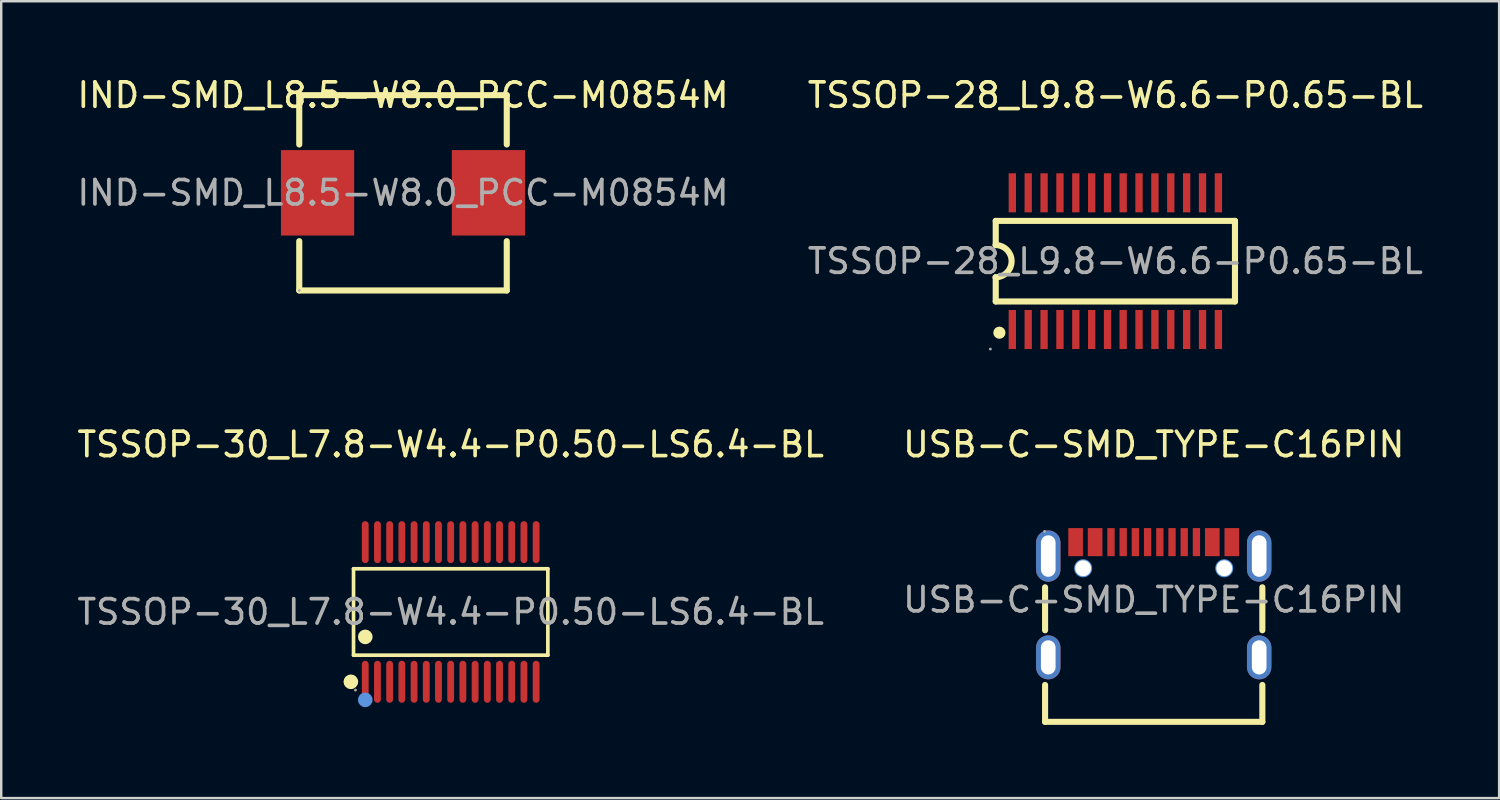
<source format=kicad_pcb>
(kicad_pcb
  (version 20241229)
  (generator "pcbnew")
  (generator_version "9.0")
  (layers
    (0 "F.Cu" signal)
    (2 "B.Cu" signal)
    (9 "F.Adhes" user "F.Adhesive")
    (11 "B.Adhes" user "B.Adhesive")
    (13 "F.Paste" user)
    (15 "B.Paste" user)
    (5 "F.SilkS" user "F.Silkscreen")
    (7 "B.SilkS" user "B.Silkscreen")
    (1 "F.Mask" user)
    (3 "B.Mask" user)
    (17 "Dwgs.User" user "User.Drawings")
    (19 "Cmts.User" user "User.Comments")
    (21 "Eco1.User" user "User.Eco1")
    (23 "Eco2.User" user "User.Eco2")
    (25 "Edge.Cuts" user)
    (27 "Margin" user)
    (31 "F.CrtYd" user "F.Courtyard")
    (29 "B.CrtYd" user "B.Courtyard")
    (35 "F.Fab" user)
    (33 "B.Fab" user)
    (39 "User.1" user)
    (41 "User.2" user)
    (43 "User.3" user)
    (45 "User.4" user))
  (footprint "IND-SMD_L8.5-W8.0_PCC-M0854M"
    (layer "F.Cu")
    (at 13.458 4.848)
    (property "Reference" "IND-SMD_L8.5-W8.0_PCC-M0854M" (at 0 -4 0) (layer "F.SilkS") (effects (font (size 1 1) (thickness 0.15))))
    (attr smd)
    (fp_line (start -4.25 -4) (end -4.25 -1.98) (stroke (width 0.25) (type solid)) (layer "F.SilkS"))
    (fp_line (start -4.25 -4) (end 4.25 -4) (stroke (width 0.25) (type solid)) (layer "F.SilkS"))
    (fp_line (start -4.25 1.98) (end -4.25 4) (stroke (width 0.25) (type solid)) (layer "F.SilkS"))
    (fp_line (start -4.25 4) (end 4.25 4) (stroke (width 0.25) (type solid)) (layer "F.SilkS"))
    (fp_line (start 4.25 -4) (end 4.25 -1.98) (stroke (width 0.25) (type solid)) (layer "F.SilkS"))
    (fp_line (start 4.25 1.98) (end 4.25 4) (stroke (width 0.25) (type solid)) (layer "F.SilkS"))
    (fp_circle (center -4.25 4) (end -4.22 4) (stroke (width 0.06) (type solid)) (fill no) (layer "F.Fab"))
    (fp_text user "${REFERENCE}" (at 0 0 0) (layer "F.Fab") (effects (font (size 1 1) (thickness 0.15))))
    (pad "1" smd rect (at -3.5 0) (size 3 3.5) (layers "F.Cu" "F.Mask" "F.Paste"))
    (pad "2" smd rect (at 3.5 0) (size 3 3.5) (layers "F.Cu" "F.Mask" "F.Paste")))
  (footprint "USB-C-SMD_TYPE-C16PIN"
    (layer "F.Cu")
    (at 44.208 21.517)
    (property "Reference" "USB-C-SMD_TYPE-C16PIN" (at 0 -6.36 0) (layer "F.SilkS") (effects (font (size 1 1) (thickness 0.15))))
    (attr smd)
    (fp_line (start -4.45 -0.51) (end -4.45 1.25) (stroke (width 0.25) (type solid)) (layer "F.SilkS"))
    (fp_line (start -4.45 3.49) (end -4.45 5) (stroke (width 0.25) (type solid)) (layer "F.SilkS"))
    (fp_line (start -4.45 5) (end 4.45 5) (stroke (width 0.25) (type solid)) (layer "F.SilkS"))
    (fp_line (start 4.45 1.25) (end 4.45 -0.51) (stroke (width 0.25) (type solid)) (layer "F.SilkS"))
    (fp_line (start 4.45 5) (end 4.45 3.49) (stroke (width 0.25) (type solid)) (layer "F.SilkS"))
    (fp_circle (center -2.89 -1.29) (end -2.77 -1.29) (stroke (width 0.25) (type solid)) (fill no) (layer "Cmts.User"))
    (fp_circle (center 2.89 -1.29) (end 3.01 -1.29) (stroke (width 0.25) (type solid)) (fill no) (layer "Cmts.User"))
    (fp_circle (center -4.47 -2.8) (end -4.44 -2.8) (stroke (width 0.06) (type solid)) (fill no) (layer "F.Fab"))
    (fp_text user "${REFERENCE}" (at 0 0 0) (layer "F.Fab") (effects (font (size 1 1) (thickness 0.15))))
    (pad "" thru_hole circle (at -2.89 -1.29) (size 0.65 0.65) (drill 0.65) (layers "*.Cu" "*.Mask"))
    (pad "" thru_hole circle (at 2.89 -1.29) (size 0.65 0.65) (drill 0.65) (layers "*.Cu" "*.Mask"))
    (pad "1" thru_hole oval (at -4.32 -1.79) (size 1 2.1) (drill oval 0.6 1.7) (layers "*.Cu" "*.Mask"))
    (pad "2" thru_hole oval (at 4.32 -1.79) (size 1 2.1) (drill oval 0.6 1.7) (layers "*.Cu" "*.Mask"))
    (pad "3" thru_hole oval (at -4.32 2.36) (size 1 1.8) (drill oval 0.6 1.4) (layers "*.Cu" "*.Mask"))
    (pad "4" thru_hole oval (at 4.32 2.36) (size 1 1.8) (drill oval 0.6 1.4) (layers "*.Cu" "*.Mask"))
    (pad "A1B12" smd rect (at -3.2 -2.36) (size 0.6 1.15) (layers "F.Cu" "F.Mask" "F.Paste"))
    (pad "A4B9" smd rect (at -2.4 -2.36) (size 0.6 1.15) (layers "F.Cu" "F.Mask" "F.Paste"))
    (pad "A5" smd rect (at -1.25 -2.36) (size 0.3 1.15) (layers "F.Cu" "F.Mask" "F.Paste"))
    (pad "A6" smd rect (at -0.25 -2.36) (size 0.3 1.15) (layers "F.Cu" "F.Mask" "F.Paste"))
    (pad "A7" smd rect (at 0.25 -2.36) (size 0.3 1.15) (layers "F.Cu" "F.Mask" "F.Paste"))
    (pad "A8" smd rect (at -1.75 -2.36) (size 0.3 1.15) (layers "F.Cu" "F.Mask" "F.Paste"))
    (pad "B1A12" smd rect (at 3.2 -2.36) (size 0.6 1.15) (layers "F.Cu" "F.Mask" "F.Paste"))
    (pad "B4A9" smd rect (at 2.4 -2.36) (size 0.6 1.15) (layers "F.Cu" "F.Mask" "F.Paste"))
    (pad "B5" smd rect (at 1.75 -2.36) (size 0.3 1.15) (layers "F.Cu" "F.Mask" "F.Paste"))
    (pad "B6" smd rect (at 0.75 -2.36) (size 0.3 1.15) (layers "F.Cu" "F.Mask" "F.Paste"))
    (pad "B7" smd rect (at -0.75 -2.36) (size 0.3 1.15) (layers "F.Cu" "F.Mask" "F.Paste"))
    (pad "B8" smd rect (at 1.25 -2.36) (size 0.3 1.15) (layers "F.Cu" "F.Mask" "F.Paste")))
  (footprint "TSSOP-28_L9.8-W6.6-P0.65-BL"
    (layer "F.Cu")
    (at 42.637 7.648)
    (property "Reference" "TSSOP-28_L9.8-W6.6-P0.65-BL" (at 0 -6.8 180) (layer "F.SilkS") (effects (font (size 1 1) (thickness 0.15))))
    (attr smd)
    (fp_line (start -4.9 -1.65) (end -4.9 -0.66) (stroke (width 0.25) (type solid)) (layer "F.SilkS"))
    (fp_line (start -4.9 -1.65) (end 4.9 -1.65) (stroke (width 0.25) (type solid)) (layer "F.SilkS"))
    (fp_line (start -4.9 1.65) (end -4.9 0.66) (stroke (width 0.25) (type solid)) (layer "F.SilkS"))
    (fp_line (start -4.9 1.65) (end 4.9 1.65) (stroke (width 0.25) (type solid)) (layer "F.SilkS"))
    (fp_line (start 4.9 -1.65) (end 4.9 1.65) (stroke (width 0.25) (type solid)) (layer "F.SilkS"))
    (fp_arc (start -4.91 -0.66) (mid -4.25 0) (end -4.91 0.66) (stroke (width 0.25) (type solid)) (layer "F.SilkS"))
    (fp_arc (start -4.75 2.93) (mid -4.75 2.93) (end -4.75 2.93) (stroke (width 0.25) (type solid)) (layer "F.SilkS"))
    (fp_circle (center -5.12 3.6) (end -5.09 3.6) (stroke (width 0.06) (type solid)) (fill no) (layer "F.Fab"))
    (fp_text user "${REFERENCE}" (at 0 0 180) (layer "F.Fab") (effects (font (size 1 1) (thickness 0.15))))
    (pad "1" smd rect (at -4.22 2.8 90) (size 1.6 0.3) (layers "F.Cu" "F.Mask" "F.Paste"))
    (pad "2" smd rect (at -3.57 2.8 90) (size 1.6 0.3) (layers "F.Cu" "F.Mask" "F.Paste"))
    (pad "3" smd rect (at -2.92 2.8 90) (size 1.6 0.3) (layers "F.Cu" "F.Mask" "F.Paste"))
    (pad "4" smd rect (at -2.27 2.8 90) (size 1.6 0.3) (layers "F.Cu" "F.Mask" "F.Paste"))
    (pad "5" smd rect (at -1.62 2.8 90) (size 1.6 0.3) (layers "F.Cu" "F.Mask" "F.Paste"))
    (pad "6" smd rect (at -0.97 2.8 90) (size 1.6 0.3) (layers "F.Cu" "F.Mask" "F.Paste"))
    (pad "7" smd rect (at -0.32 2.8 90) (size 1.6 0.3) (layers "F.Cu" "F.Mask" "F.Paste"))
    (pad "8" smd rect (at 0.32 2.8 90) (size 1.6 0.3) (layers "F.Cu" "F.Mask" "F.Paste"))
    (pad "9" smd rect (at 0.97 2.8 90) (size 1.6 0.3) (layers "F.Cu" "F.Mask" "F.Paste"))
    (pad "10" smd rect (at 1.62 2.8 90) (size 1.6 0.3) (layers "F.Cu" "F.Mask" "F.Paste"))
    (pad "11" smd rect (at 2.27 2.8 90) (size 1.6 0.3) (layers "F.Cu" "F.Mask" "F.Paste"))
    (pad "12" smd rect (at 2.92 2.8 90) (size 1.6 0.3) (layers "F.Cu" "F.Mask" "F.Paste"))
    (pad "13" smd rect (at 3.57 2.8 90) (size 1.6 0.3) (layers "F.Cu" "F.Mask" "F.Paste"))
    (pad "14" smd rect (at 4.22 2.8 90) (size 1.6 0.3) (layers "F.Cu" "F.Mask" "F.Paste"))
    (pad "15" smd rect (at 4.22 -2.8 90) (size 1.6 0.3) (layers "F.Cu" "F.Mask" "F.Paste"))
    (pad "16" smd rect (at 3.57 -2.8 90) (size 1.6 0.3) (layers "F.Cu" "F.Mask" "F.Paste"))
    (pad "17" smd rect (at 2.92 -2.8 90) (size 1.6 0.3) (layers "F.Cu" "F.Mask" "F.Paste"))
    (pad "18" smd rect (at 2.27 -2.8 90) (size 1.6 0.3) (layers "F.Cu" "F.Mask" "F.Paste"))
    (pad "19" smd rect (at 1.62 -2.8 90) (size 1.6 0.3) (layers "F.Cu" "F.Mask" "F.Paste"))
    (pad "20" smd rect (at 0.97 -2.8 90) (size 1.6 0.3) (layers "F.Cu" "F.Mask" "F.Paste"))
    (pad "21" smd rect (at 0.32 -2.8 90) (size 1.6 0.3) (layers "F.Cu" "F.Mask" "F.Paste"))
    (pad "22" smd rect (at -0.32 -2.8 90) (size 1.6 0.3) (layers "F.Cu" "F.Mask" "F.Paste"))
    (pad "23" smd rect (at -0.97 -2.8 90) (size 1.6 0.3) (layers "F.Cu" "F.Mask" "F.Paste"))
    (pad "24" smd rect (at -1.62 -2.8 90) (size 1.6 0.3) (layers "F.Cu" "F.Mask" "F.Paste"))
    (pad "25" smd rect (at -2.27 -2.8 90) (size 1.6 0.3) (layers "F.Cu" "F.Mask" "F.Paste"))
    (pad "26" smd rect (at -2.92 -2.8 90) (size 1.6 0.3) (layers "F.Cu" "F.Mask" "F.Paste"))
    (pad "27" smd rect (at -3.57 -2.8 90) (size 1.6 0.3) (layers "F.Cu" "F.Mask" "F.Paste"))
    (pad "28" smd rect (at -4.22 -2.8 90) (size 1.6 0.3) (layers "F.Cu" "F.Mask" "F.Paste")))
  (footprint "TSSOP-30_L7.8-W4.4-P0.50-LS6.4-BL"
    (layer "F.Cu")
    (at 15.411 22.017)
    (property "Reference" "TSSOP-30_L7.8-W4.4-P0.50-LS6.4-BL" (at 0 -6.86 180) (layer "F.SilkS") (effects (font (size 1 1) (thickness 0.15))))
    (attr smd)
    (fp_line (start -3.98 -1.77) (end 3.98 -1.77) (stroke (width 0.15) (type solid)) (layer "F.SilkS"))
    (fp_line (start -3.98 1.77) (end -3.98 -1.77) (stroke (width 0.15) (type solid)) (layer "F.SilkS"))
    (fp_line (start 3.98 -1.77) (end 3.98 1.77) (stroke (width 0.15) (type solid)) (layer "F.SilkS"))
    (fp_line (start 3.98 1.77) (end -3.98 1.77) (stroke (width 0.15) (type solid)) (layer "F.SilkS"))
    (fp_circle (center -4.09 2.86) (end -3.94 2.86) (stroke (width 0.3) (type solid)) (fill no) (layer "F.SilkS"))
    (fp_circle (center -3.5 1.02) (end -3.35 1.02) (stroke (width 0.3) (type solid)) (fill no) (layer "F.SilkS"))
    (fp_circle (center -3.5 3.6) (end -3.35 3.6) (stroke (width 0.3) (type solid)) (fill no) (layer "Cmts.User"))
    (fp_circle (center -3.9 3.2) (end -3.87 3.2) (stroke (width 0.06) (type solid)) (fill no) (layer "F.Fab"))
    (fp_text user "${REFERENCE}" (at 0 0 180) (layer "F.Fab") (effects (font (size 1 1) (thickness 0.15))))
    (pad "1" smd oval (at -3.5 2.86) (size 0.28 1.72) (layers "F.Cu" "F.Mask" "F.Paste"))
    (pad "2" smd oval (at -3 2.86) (size 0.28 1.72) (layers "F.Cu" "F.Mask" "F.Paste"))
    (pad "3" smd oval (at -2.5 2.86) (size 0.28 1.72) (layers "F.Cu" "F.Mask" "F.Paste"))
    (pad "4" smd oval (at -2 2.86) (size 0.28 1.72) (layers "F.Cu" "F.Mask" "F.Paste"))
    (pad "5" smd oval (at -1.5 2.86) (size 0.28 1.72) (layers "F.Cu" "F.Mask" "F.Paste"))
    (pad "6" smd oval (at -1 2.86) (size 0.28 1.72) (layers "F.Cu" "F.Mask" "F.Paste"))
    (pad "7" smd oval (at -0.5 2.86) (size 0.28 1.72) (layers "F.Cu" "F.Mask" "F.Paste"))
    (pad "8" smd oval (at 0 2.86) (size 0.28 1.72) (layers "F.Cu" "F.Mask" "F.Paste"))
    (pad "9" smd oval (at 0.5 2.86) (size 0.28 1.72) (layers "F.Cu" "F.Mask" "F.Paste"))
    (pad "10" smd oval (at 1 2.86) (size 0.28 1.72) (layers "F.Cu" "F.Mask" "F.Paste"))
    (pad "11" smd oval (at 1.5 2.86) (size 0.28 1.72) (layers "F.Cu" "F.Mask" "F.Paste"))
    (pad "12" smd oval (at 2 2.86) (size 0.28 1.72) (layers "F.Cu" "F.Mask" "F.Paste"))
    (pad "13" smd oval (at 2.5 2.86) (size 0.28 1.72) (layers "F.Cu" "F.Mask" "F.Paste"))
    (pad "14" smd oval (at 3 2.86) (size 0.28 1.72) (layers "F.Cu" "F.Mask" "F.Paste"))
    (pad "15" smd oval (at 3.5 2.86) (size 0.28 1.72) (layers "F.Cu" "F.Mask" "F.Paste"))
    (pad "16" smd oval (at 3.5 -2.86) (size 0.28 1.72) (layers "F.Cu" "F.Mask" "F.Paste"))
    (pad "17" smd oval (at 3 -2.86) (size 0.28 1.72) (layers "F.Cu" "F.Mask" "F.Paste"))
    (pad "18" smd oval (at 2.5 -2.86) (size 0.28 1.72) (layers "F.Cu" "F.Mask" "F.Paste"))
    (pad "19" smd oval (at 2 -2.86) (size 0.28 1.72) (layers "F.Cu" "F.Mask" "F.Paste"))
    (pad "20" smd oval (at 1.5 -2.86) (size 0.28 1.72) (layers "F.Cu" "F.Mask" "F.Paste"))
    (pad "21" smd oval (at 1 -2.86) (size 0.28 1.72) (layers "F.Cu" "F.Mask" "F.Paste"))
    (pad "22" smd oval (at 0.5 -2.86) (size 0.28 1.72) (layers "F.Cu" "F.Mask" "F.Paste"))
    (pad "23" smd oval (at 0 -2.86) (size 0.28 1.72) (layers "F.Cu" "F.Mask" "F.Paste"))
    (pad "24" smd oval (at -0.5 -2.86) (size 0.28 1.72) (layers "F.Cu" "F.Mask" "F.Paste"))
    (pad "25" smd oval (at -1 -2.86) (size 0.28 1.72) (layers "F.Cu" "F.Mask" "F.Paste"))
    (pad "26" smd oval (at -1.5 -2.86) (size 0.28 1.72) (layers "F.Cu" "F.Mask" "F.Paste"))
    (pad "27" smd oval (at -2 -2.86) (size 0.28 1.72) (layers "F.Cu" "F.Mask" "F.Paste"))
    (pad "28" smd oval (at -2.5 -2.86) (size 0.28 1.72) (layers "F.Cu" "F.Mask" "F.Paste"))
    (pad "29" smd oval (at -3 -2.86) (size 0.28 1.72) (layers "F.Cu" "F.Mask" "F.Paste"))
    (pad "30" smd oval (at -3.5 -2.86) (size 0.28 1.72) (layers "F.Cu" "F.Mask" "F.Paste")))
  (gr_rect
    (start -3 -3)
    (end 58.357 29.642)
    (stroke (width 0.1) (type default))
    (fill no)
    (layer "Edge.Cuts")))
</source>
